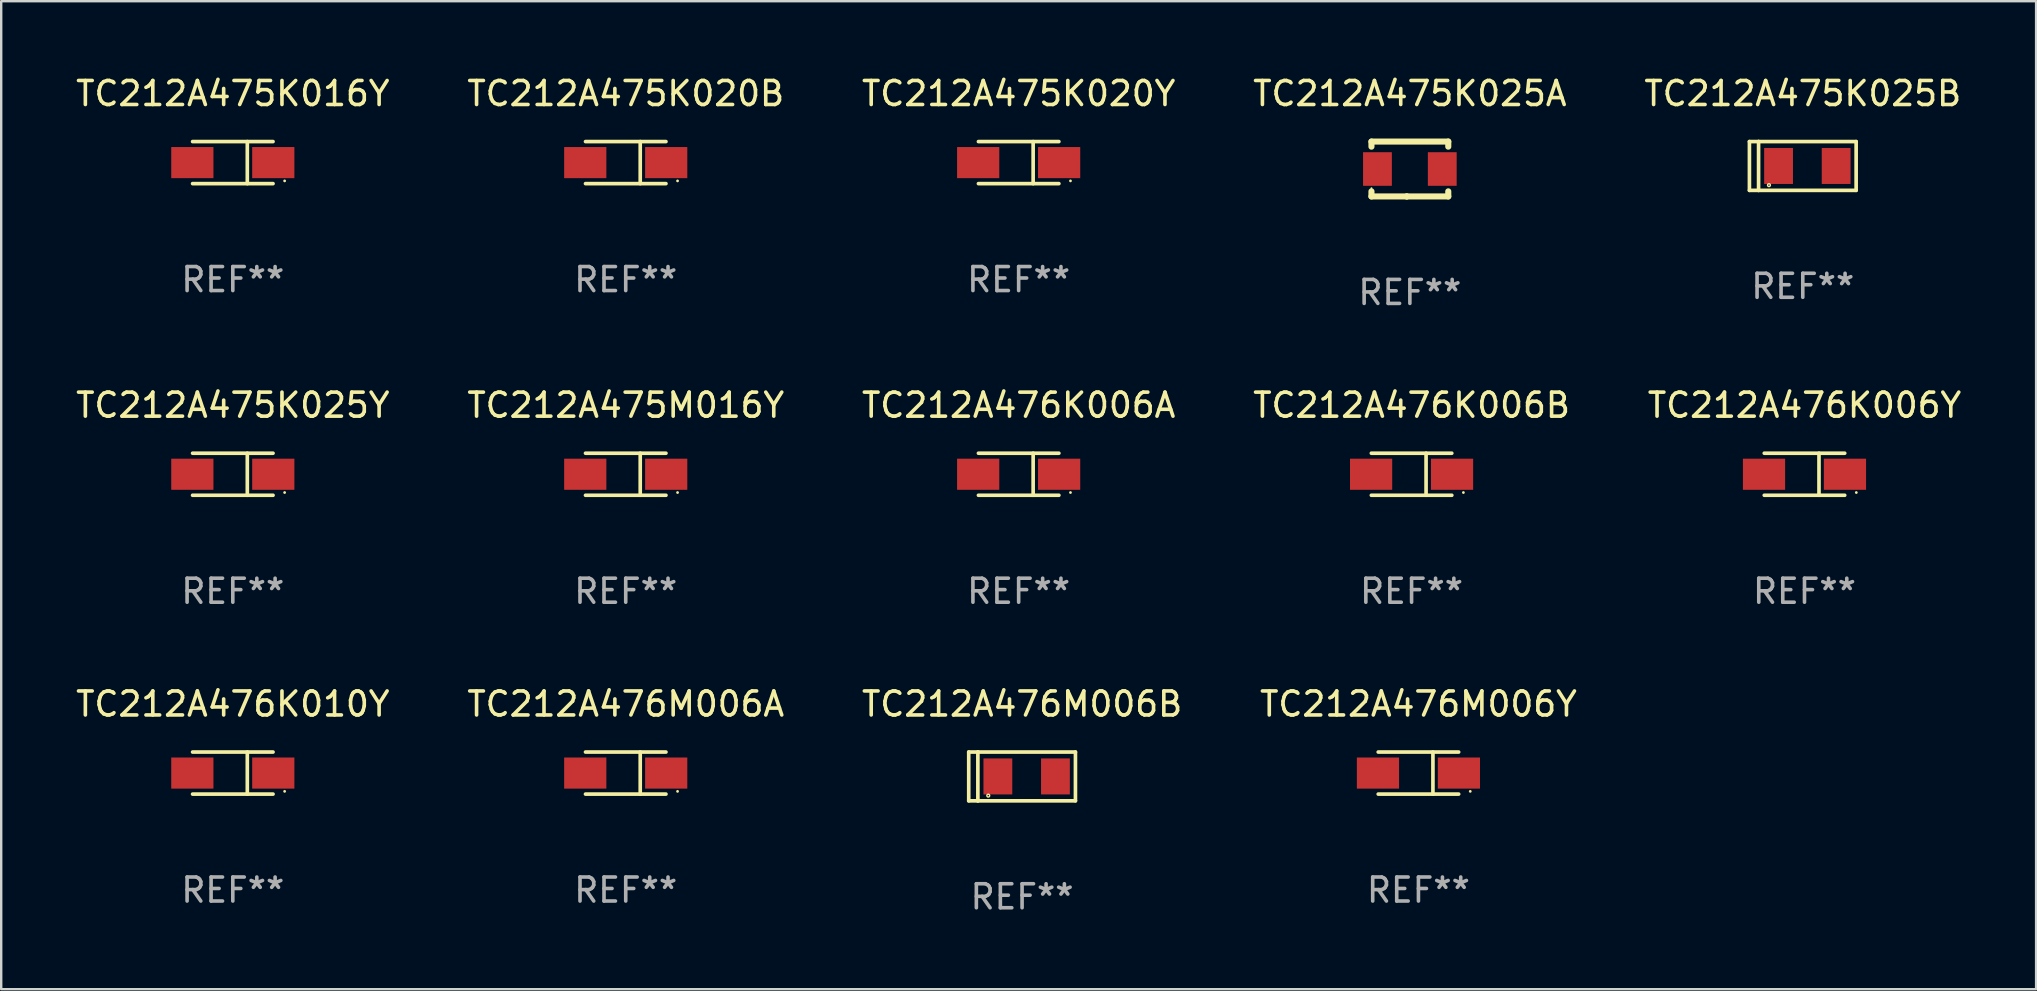
<source format=kicad_pcb>
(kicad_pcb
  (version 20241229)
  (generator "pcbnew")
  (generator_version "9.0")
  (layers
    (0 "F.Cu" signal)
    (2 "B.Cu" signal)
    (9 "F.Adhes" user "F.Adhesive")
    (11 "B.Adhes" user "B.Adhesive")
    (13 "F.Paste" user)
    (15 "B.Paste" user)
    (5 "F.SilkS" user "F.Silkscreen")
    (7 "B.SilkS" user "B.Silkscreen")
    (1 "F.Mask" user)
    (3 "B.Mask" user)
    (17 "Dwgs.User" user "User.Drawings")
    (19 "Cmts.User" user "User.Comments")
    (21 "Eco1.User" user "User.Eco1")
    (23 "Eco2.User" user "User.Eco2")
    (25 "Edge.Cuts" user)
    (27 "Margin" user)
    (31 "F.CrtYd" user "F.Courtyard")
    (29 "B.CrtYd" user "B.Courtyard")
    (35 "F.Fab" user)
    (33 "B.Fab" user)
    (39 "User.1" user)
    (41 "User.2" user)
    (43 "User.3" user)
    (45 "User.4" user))
  (footprint "TC212A475K016Y"
    (layer "F.Cu")
    (at 6.649 3.724)
    (property "Reference" "TC212A475K016Y" (at 0 -2.876 0) (layer "F.SilkS") (effects (font (size 1 1) (thickness 0.15))))
    (attr through_hole)
    (fp_line (start -1.676 -0.876) (end 1.676 -0.876) (stroke (width 0.152) (type solid)) (layer "F.SilkS"))
    (fp_line (start -1.676 0.876) (end 1.676 0.876) (stroke (width 0.152) (type solid)) (layer "F.SilkS"))
    (fp_line (start 0.604 -0.876) (end 0.604 0.876) (stroke (width 0.152) (type solid)) (layer "F.SilkS"))
    (fp_circle (center 2.159 0.762) (end 2.189 0.762) (stroke (width 0.06) (type solid)) (fill no) (layer "F.SilkS"))
    (fp_text user "REF**" (at 0 4.876 0) (layer "F.Fab") (effects (font (size 1 1) (thickness 0.15))))
    (pad "1" smd rect (at 1.686 0) (size 1.758 1.296) (layers "F.Cu" "F.Mask" "F.Paste"))
    (pad "2" smd rect (at -1.686 0) (size 1.758 1.296) (layers "F.Cu" "F.Mask" "F.Paste")))
  (footprint "TC212A475K020Y"
    (layer "F.Cu")
    (at 39.387 3.724)
    (property "Reference" "TC212A475K020Y" (at 0 -2.876 0) (layer "F.SilkS") (effects (font (size 1 1) (thickness 0.15))))
    (attr through_hole)
    (fp_line (start -1.676 -0.876) (end 1.676 -0.876) (stroke (width 0.152) (type solid)) (layer "F.SilkS"))
    (fp_line (start -1.676 0.876) (end 1.676 0.876) (stroke (width 0.152) (type solid)) (layer "F.SilkS"))
    (fp_line (start 0.604 -0.876) (end 0.604 0.876) (stroke (width 0.152) (type solid)) (layer "F.SilkS"))
    (fp_circle (center 2.159 0.762) (end 2.189 0.762) (stroke (width 0.06) (type solid)) (fill no) (layer "F.SilkS"))
    (fp_text user "REF**" (at 0 4.876 0) (layer "F.Fab") (effects (font (size 1 1) (thickness 0.15))))
    (pad "1" smd rect (at 1.686 0) (size 1.758 1.296) (layers "F.Cu" "F.Mask" "F.Paste"))
    (pad "2" smd rect (at -1.686 0) (size 1.758 1.296) (layers "F.Cu" "F.Mask" "F.Paste")))
  (footprint "TC212A476K006B"
    (layer "F.Cu")
    (at 55.756 16.707)
    (property "Reference" "TC212A476K006B" (at 0 -2.876 0) (layer "F.SilkS") (effects (font (size 1 1) (thickness 0.15))))
    (attr through_hole)
    (fp_line (start -1.676 -0.876) (end 1.676 -0.876) (stroke (width 0.152) (type solid)) (layer "F.SilkS"))
    (fp_line (start -1.676 0.876) (end 1.676 0.876) (stroke (width 0.152) (type solid)) (layer "F.SilkS"))
    (fp_line (start 0.604 -0.876) (end 0.604 0.876) (stroke (width 0.152) (type solid)) (layer "F.SilkS"))
    (fp_circle (center 2.159 0.762) (end 2.189 0.762) (stroke (width 0.06) (type solid)) (fill no) (layer "F.SilkS"))
    (fp_text user "REF**" (at 0 4.876 0) (layer "F.Fab") (effects (font (size 1 1) (thickness 0.15))))
    (pad "1" smd rect (at 1.686 0) (size 1.758 1.296) (layers "F.Cu" "F.Mask" "F.Paste"))
    (pad "2" smd rect (at -1.686 0) (size 1.758 1.296) (layers "F.Cu" "F.Mask" "F.Paste")))
  (footprint "TC212A475M016Y"
    (layer "F.Cu")
    (at 23.018 16.707)
    (property "Reference" "TC212A475M016Y" (at 0 -2.876 0) (layer "F.SilkS") (effects (font (size 1 1) (thickness 0.15))))
    (attr through_hole)
    (fp_line (start -1.676 -0.876) (end 1.676 -0.876) (stroke (width 0.152) (type solid)) (layer "F.SilkS"))
    (fp_line (start -1.676 0.876) (end 1.676 0.876) (stroke (width 0.152) (type solid)) (layer "F.SilkS"))
    (fp_line (start 0.604 -0.876) (end 0.604 0.876) (stroke (width 0.152) (type solid)) (layer "F.SilkS"))
    (fp_circle (center 2.159 0.762) (end 2.189 0.762) (stroke (width 0.06) (type solid)) (fill no) (layer "F.SilkS"))
    (fp_text user "REF**" (at 0 4.876 0) (layer "F.Fab") (effects (font (size 1 1) (thickness 0.15))))
    (pad "1" smd rect (at 1.686 0) (size 1.758 1.296) (layers "F.Cu" "F.Mask" "F.Paste"))
    (pad "2" smd rect (at -1.686 0) (size 1.758 1.296) (layers "F.Cu" "F.Mask" "F.Paste")))
  (footprint "TC212A476K010Y"
    (layer "F.Cu")
    (at 6.649 29.156)
    (property "Reference" "TC212A476K010Y" (at 0 -2.876 0) (layer "F.SilkS") (effects (font (size 1 1) (thickness 0.15))))
    (attr through_hole)
    (fp_line (start -1.676 -0.876) (end 1.676 -0.876) (stroke (width 0.152) (type solid)) (layer "F.SilkS"))
    (fp_line (start -1.676 0.876) (end 1.676 0.876) (stroke (width 0.152) (type solid)) (layer "F.SilkS"))
    (fp_line (start 0.604 -0.876) (end 0.604 0.876) (stroke (width 0.152) (type solid)) (layer "F.SilkS"))
    (fp_circle (center 2.159 0.762) (end 2.189 0.762) (stroke (width 0.06) (type solid)) (fill no) (layer "F.SilkS"))
    (fp_text user "REF**" (at 0 4.876 0) (layer "F.Fab") (effects (font (size 1 1) (thickness 0.15))))
    (pad "1" smd rect (at 1.686 0) (size 1.758 1.296) (layers "F.Cu" "F.Mask" "F.Paste"))
    (pad "2" smd rect (at -1.686 0) (size 1.758 1.296) (layers "F.Cu" "F.Mask" "F.Paste")))
  (footprint "TC212A476M006A"
    (layer "F.Cu")
    (at 23.018 29.156)
    (property "Reference" "TC212A476M006A" (at 0 -2.876 0) (layer "F.SilkS") (effects (font (size 1 1) (thickness 0.15))))
    (attr through_hole)
    (fp_line (start -1.676 -0.876) (end 1.676 -0.876) (stroke (width 0.152) (type solid)) (layer "F.SilkS"))
    (fp_line (start -1.676 0.876) (end 1.676 0.876) (stroke (width 0.152) (type solid)) (layer "F.SilkS"))
    (fp_line (start 0.604 -0.876) (end 0.604 0.876) (stroke (width 0.152) (type solid)) (layer "F.SilkS"))
    (fp_circle (center 2.159 0.762) (end 2.189 0.762) (stroke (width 0.06) (type solid)) (fill no) (layer "F.SilkS"))
    (fp_text user "REF**" (at 0 4.876 0) (layer "F.Fab") (effects (font (size 1 1) (thickness 0.15))))
    (pad "1" smd rect (at 1.686 0) (size 1.758 1.296) (layers "F.Cu" "F.Mask" "F.Paste"))
    (pad "2" smd rect (at -1.686 0) (size 1.758 1.296) (layers "F.Cu" "F.Mask" "F.Paste")))
  (footprint "TC212A475K025A"
    (layer "F.Cu")
    (at 55.685 3.991)
    (property "Reference" "TC212A475K025A" (at 0 -3.143 0) (layer "F.SilkS") (effects (font (size 1 1) (thickness 0.15))))
    (attr through_hole)
    (fp_line (start -1.6 1.143) (end -0.128 1.143) (stroke (width 0.254) (type solid)) (layer "F.SilkS"))
    (fp_line (start -1.6 -1.143) (end -1.6 -0.931) (stroke (width 0.254) (type solid)) (layer "F.SilkS"))
    (fp_line (start -1.6 -1.143) (end 1.6 -1.143) (stroke (width 0.254) (type solid)) (layer "F.SilkS"))
    (fp_line (start -1.6 0.931) (end -1.6 1.143) (stroke (width 0.254) (type solid)) (layer "F.SilkS"))
    (fp_line (start -0.128 1.143) (end -0.128 1.143) (stroke (width 0.254) (type solid)) (layer "F.SilkS"))
    (fp_line (start -0.128 1.143) (end 1.6 1.143) (stroke (width 0.254) (type solid)) (layer "F.SilkS"))
    (fp_line (start 1.6 -1.143) (end 1.6 -0.931) (stroke (width 0.254) (type solid)) (layer "F.SilkS"))
    (fp_line (start 1.6 0.931) (end 1.6 1.143) (stroke (width 0.254) (type solid)) (layer "F.SilkS"))
    (fp_circle (center -1.6 0.8) (end -1.58 0.8) (stroke (width 0.04) (type solid)) (fill no) (layer "F.SilkS"))
    (fp_text user "REF**" (at 0 5.143 0) (layer "F.Fab") (effects (font (size 1 1) (thickness 0.15))))
    (pad "1" smd rect (at -1.35 0) (size 1.2 1.4) (layers "F.Cu" "F.Mask" "F.Paste"))
    (pad "2" smd rect (at 1.35 0) (size 1.2 1.4) (layers "F.Cu" "F.Mask" "F.Paste")))
  (footprint "TC212A475K025Y"
    (layer "F.Cu")
    (at 6.649 16.707)
    (property "Reference" "TC212A475K025Y" (at 0 -2.876 0) (layer "F.SilkS") (effects (font (size 1 1) (thickness 0.15))))
    (attr through_hole)
    (fp_line (start -1.676 -0.876) (end 1.676 -0.876) (stroke (width 0.152) (type solid)) (layer "F.SilkS"))
    (fp_line (start -1.676 0.876) (end 1.676 0.876) (stroke (width 0.152) (type solid)) (layer "F.SilkS"))
    (fp_line (start 0.604 -0.876) (end 0.604 0.876) (stroke (width 0.152) (type solid)) (layer "F.SilkS"))
    (fp_circle (center 2.159 0.762) (end 2.189 0.762) (stroke (width 0.06) (type solid)) (fill no) (layer "F.SilkS"))
    (fp_text user "REF**" (at 0 4.876 0) (layer "F.Fab") (effects (font (size 1 1) (thickness 0.15))))
    (pad "1" smd rect (at 1.686 0) (size 1.758 1.296) (layers "F.Cu" "F.Mask" "F.Paste"))
    (pad "2" smd rect (at -1.686 0) (size 1.758 1.296) (layers "F.Cu" "F.Mask" "F.Paste")))
  (footprint "TC212A476M006B"
    (layer "F.Cu")
    (at 39.53 29.296)
    (property "Reference" "TC212A476M006B" (at 0 -3.016 0) (layer "F.SilkS") (effects (font (size 1 1) (thickness 0.15))))
    (attr through_hole)
    (fp_line (start -2.223 -1.016) (end -2.223 1.016) (stroke (width 0.152) (type solid)) (layer "F.SilkS"))
    (fp_line (start -2.223 1.016) (end -1.842 1.016) (stroke (width 0.152) (type solid)) (layer "F.SilkS"))
    (fp_line (start -1.842 -1.016) (end -2.223 -1.016) (stroke (width 0.152) (type solid)) (layer "F.SilkS"))
    (fp_line (start -1.842 -1.016) (end -1.842 1.016) (stroke (width 0.152) (type solid)) (layer "F.SilkS"))
    (fp_line (start -1.842 1.016) (end 2.223 1.016) (stroke (width 0.152) (type solid)) (layer "F.SilkS"))
    (fp_line (start 2.223 -1.016) (end -1.842 -1.016) (stroke (width 0.152) (type solid)) (layer "F.SilkS"))
    (fp_line (start 2.223 1.016) (end 2.223 -1.016) (stroke (width 0.152) (type solid)) (layer "F.SilkS"))
    (fp_circle (center -1.409 0.8) (end -1.38 0.8) (stroke (width 0.06) (type solid)) (fill no) (layer "F.SilkS"))
    (fp_text user "REF**" (at 0 5.016 0) (layer "F.Fab") (effects (font (size 1 1) (thickness 0.15))))
    (pad "1" smd rect (at -1.009 0) (size 1.2 1.5) (layers "F.Cu" "F.Mask" "F.Paste"))
    (pad "2" smd rect (at 1.39 0) (size 1.2 1.5) (layers "F.Cu" "F.Mask" "F.Paste")))
  (footprint "TC212A476M006Y"
    (layer "F.Cu")
    (at 56.042 29.156)
    (property "Reference" "TC212A476M006Y" (at 0 -2.876 0) (layer "F.SilkS") (effects (font (size 1 1) (thickness 0.15))))
    (attr through_hole)
    (fp_line (start -1.676 -0.876) (end 1.676 -0.876) (stroke (width 0.152) (type solid)) (layer "F.SilkS"))
    (fp_line (start -1.676 0.876) (end 1.676 0.876) (stroke (width 0.152) (type solid)) (layer "F.SilkS"))
    (fp_line (start 0.604 -0.876) (end 0.604 0.876) (stroke (width 0.152) (type solid)) (layer "F.SilkS"))
    (fp_circle (center 2.159 0.762) (end 2.189 0.762) (stroke (width 0.06) (type solid)) (fill no) (layer "F.SilkS"))
    (fp_text user "REF**" (at 0 4.876 0) (layer "F.Fab") (effects (font (size 1 1) (thickness 0.15))))
    (pad "1" smd rect (at 1.686 0) (size 1.758 1.296) (layers "F.Cu" "F.Mask" "F.Paste"))
    (pad "2" smd rect (at -1.686 0) (size 1.758 1.296) (layers "F.Cu" "F.Mask" "F.Paste")))
  (footprint "TC212A476K006A"
    (layer "F.Cu")
    (at 39.387 16.707)
    (property "Reference" "TC212A476K006A" (at 0 -2.876 0) (layer "F.SilkS") (effects (font (size 1 1) (thickness 0.15))))
    (attr through_hole)
    (fp_line (start -1.676 -0.876) (end 1.676 -0.876) (stroke (width 0.152) (type solid)) (layer "F.SilkS"))
    (fp_line (start -1.676 0.876) (end 1.676 0.876) (stroke (width 0.152) (type solid)) (layer "F.SilkS"))
    (fp_line (start 0.604 -0.876) (end 0.604 0.876) (stroke (width 0.152) (type solid)) (layer "F.SilkS"))
    (fp_circle (center 2.159 0.762) (end 2.189 0.762) (stroke (width 0.06) (type solid)) (fill no) (layer "F.SilkS"))
    (fp_text user "REF**" (at 0 4.876 0) (layer "F.Fab") (effects (font (size 1 1) (thickness 0.15))))
    (pad "1" smd rect (at 1.686 0) (size 1.758 1.296) (layers "F.Cu" "F.Mask" "F.Paste"))
    (pad "2" smd rect (at -1.686 0) (size 1.758 1.296) (layers "F.Cu" "F.Mask" "F.Paste")))
  (footprint "TC212A476K006Y"
    (layer "F.Cu")
    (at 72.125 16.707)
    (property "Reference" "TC212A476K006Y" (at 0 -2.876 0) (layer "F.SilkS") (effects (font (size 1 1) (thickness 0.15))))
    (attr through_hole)
    (fp_line (start -1.676 -0.876) (end 1.676 -0.876) (stroke (width 0.152) (type solid)) (layer "F.SilkS"))
    (fp_line (start -1.676 0.876) (end 1.676 0.876) (stroke (width 0.152) (type solid)) (layer "F.SilkS"))
    (fp_line (start 0.604 -0.876) (end 0.604 0.876) (stroke (width 0.152) (type solid)) (layer "F.SilkS"))
    (fp_circle (center 2.159 0.762) (end 2.189 0.762) (stroke (width 0.06) (type solid)) (fill no) (layer "F.SilkS"))
    (fp_text user "REF**" (at 0 4.876 0) (layer "F.Fab") (effects (font (size 1 1) (thickness 0.15))))
    (pad "1" smd rect (at 1.686 0) (size 1.758 1.296) (layers "F.Cu" "F.Mask" "F.Paste"))
    (pad "2" smd rect (at -1.686 0) (size 1.758 1.296) (layers "F.Cu" "F.Mask" "F.Paste")))
  (footprint "TC212A475K020B"
    (layer "F.Cu")
    (at 23.018 3.724)
    (property "Reference" "TC212A475K020B" (at 0 -2.876 0) (layer "F.SilkS") (effects (font (size 1 1) (thickness 0.15))))
    (attr through_hole)
    (fp_line (start -1.676 -0.876) (end 1.676 -0.876) (stroke (width 0.152) (type solid)) (layer "F.SilkS"))
    (fp_line (start -1.676 0.876) (end 1.676 0.876) (stroke (width 0.152) (type solid)) (layer "F.SilkS"))
    (fp_line (start 0.604 -0.876) (end 0.604 0.876) (stroke (width 0.152) (type solid)) (layer "F.SilkS"))
    (fp_circle (center 2.159 0.762) (end 2.189 0.762) (stroke (width 0.06) (type solid)) (fill no) (layer "F.SilkS"))
    (fp_text user "REF**" (at 0 4.876 0) (layer "F.Fab") (effects (font (size 1 1) (thickness 0.15))))
    (pad "1" smd rect (at 1.686 0) (size 1.758 1.296) (layers "F.Cu" "F.Mask" "F.Paste"))
    (pad "2" smd rect (at -1.686 0) (size 1.758 1.296) (layers "F.Cu" "F.Mask" "F.Paste")))
  (footprint "TC212A475K025B"
    (layer "F.Cu")
    (at 72.054 3.864)
    (property "Reference" "TC212A475K025B" (at 0 -3.016 0) (layer "F.SilkS") (effects (font (size 1 1) (thickness 0.15))))
    (attr through_hole)
    (fp_line (start -2.223 -1.016) (end -2.223 1.016) (stroke (width 0.152) (type solid)) (layer "F.SilkS"))
    (fp_line (start -2.223 1.016) (end -1.842 1.016) (stroke (width 0.152) (type solid)) (layer "F.SilkS"))
    (fp_line (start -1.842 -1.016) (end -2.223 -1.016) (stroke (width 0.152) (type solid)) (layer "F.SilkS"))
    (fp_line (start -1.842 -1.016) (end -1.842 1.016) (stroke (width 0.152) (type solid)) (layer "F.SilkS"))
    (fp_line (start -1.842 1.016) (end 2.223 1.016) (stroke (width 0.152) (type solid)) (layer "F.SilkS"))
    (fp_line (start 2.223 -1.016) (end -1.842 -1.016) (stroke (width 0.152) (type solid)) (layer "F.SilkS"))
    (fp_line (start 2.223 1.016) (end 2.223 -1.016) (stroke (width 0.152) (type solid)) (layer "F.SilkS"))
    (fp_circle (center -1.409 0.8) (end -1.38 0.8) (stroke (width 0.06) (type solid)) (fill no) (layer "F.SilkS"))
    (fp_text user "REF**" (at 0 5.016 0) (layer "F.Fab") (effects (font (size 1 1) (thickness 0.15))))
    (pad "1" smd rect (at -1.009 0) (size 1.2 1.5) (layers "F.Cu" "F.Mask" "F.Paste"))
    (pad "2" smd rect (at 1.39 0) (size 1.2 1.5) (layers "F.Cu" "F.Mask" "F.Paste")))
  (gr_rect
    (start -3 -3)
    (end 81.774 38.16)
    (stroke (width 0.1) (type default))
    (fill no)
    (layer "Edge.Cuts")))
</source>
